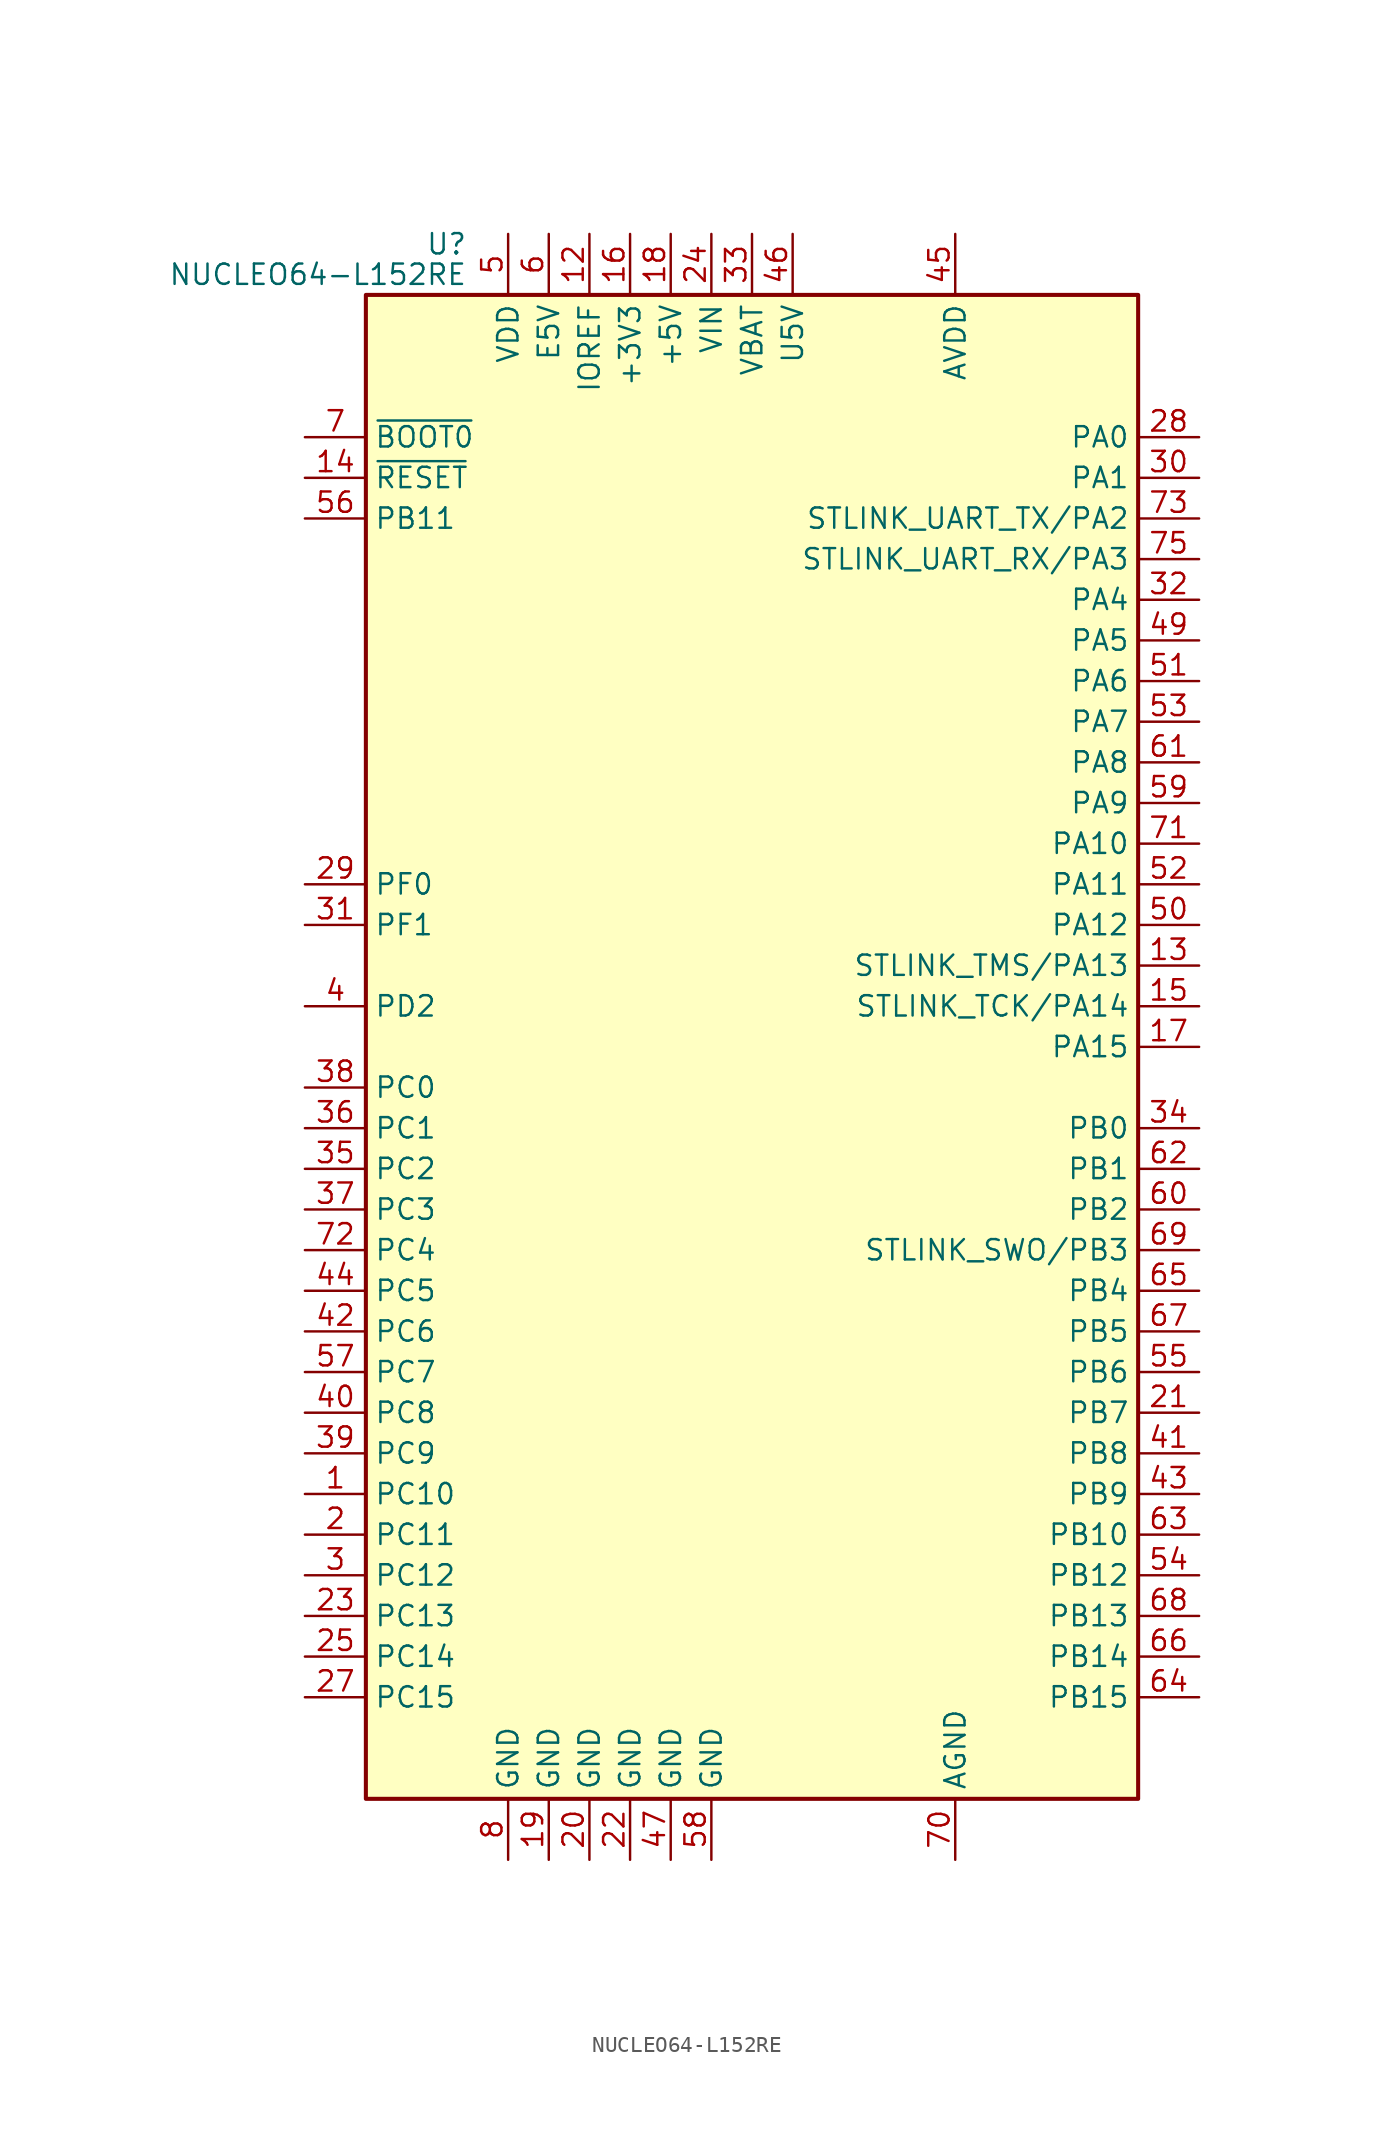
<source format=kicad_sym>
(kicad_symbol_lib
  (version 20231120)
  (generator "kicad_symbol_editor")
  (generator_version "8.0")
  (symbol "NUCLEO64-L152RE"
    (property "Reference" "U"
      (at -17.78 50.165 0)
      (effects (font (size 1.27 1.27)) (justify right)))
    (property "Value" "NUCLEO64-L152RE"
      (at -17.78 48.26 0)
      (effects (font (size 1.27 1.27)) (justify right)))
    (symbol "NUCLEO64-L152RE_0_1"
      (rectangle (start -24.13 46.99) (end 24.13 -46.99) (stroke (width 0.254) (type default)) (fill (type background))))
    (symbol "NUCLEO64-L152RE_1_1"
      (pin bidirectional line (at -27.94 -27.94 0) (length 3.81) (name "PC10" (effects (font (size 1.27 1.27)))) (number "1" (effects (font (size 1.27 1.27)))))
      (pin no_connect line (at -24.13 20.32 0) (length 3.81) hide (name "NC" (effects (font (size 1.27 1.27)))) (number "10" (effects (font (size 1.27 1.27)))))
      (pin no_connect line (at -24.13 15.24 0) (length 3.81) hide (name "PF7" (effects (font (size 1.27 1.27)))) (number "11" (effects (font (size 1.27 1.27)))))
      (pin power_in line (at -10.16 50.8 270) (length 3.81) (name "IOREF" (effects (font (size 1.27 1.27)))) (number "12" (effects (font (size 1.27 1.27)))))
      (pin bidirectional line (at 27.94 5.08 180) (length 3.81) (name "STLINK_TMS/PA13" (effects (font (size 1.27 1.27)))) (number "13" (effects (font (size 1.27 1.27)))))
      (pin input line (at -27.94 35.56 0) (length 3.81) (name "~{RESET}" (effects (font (size 1.27 1.27)))) (number "14" (effects (font (size 1.27 1.27)))))
      (pin bidirectional line (at 27.94 2.54 180) (length 3.81) (name "STLINK_TCK/PA14" (effects (font (size 1.27 1.27)))) (number "15" (effects (font (size 1.27 1.27)))))
      (pin power_in line (at -7.62 50.8 270) (length 3.81) (name "+3V3" (effects (font (size 1.27 1.27)))) (number "16" (effects (font (size 1.27 1.27)))))
      (pin bidirectional line (at 27.94 0 180) (length 3.81) (name "PA15" (effects (font (size 1.27 1.27)))) (number "17" (effects (font (size 1.27 1.27)))))
      (pin power_in line (at -5.08 50.8 270) (length 3.81) (name "+5V" (effects (font (size 1.27 1.27)))) (number "18" (effects (font (size 1.27 1.27)))))
      (pin power_in line (at -12.7 -50.8 90) (length 3.81) (name "GND" (effects (font (size 1.27 1.27)))) (number "19" (effects (font (size 1.27 1.27)))))
      (pin bidirectional line (at -27.94 -30.48 0) (length 3.81) (name "PC11" (effects (font (size 1.27 1.27)))) (number "2" (effects (font (size 1.27 1.27)))))
      (pin power_in line (at -10.16 -50.8 90) (length 3.81) (name "GND" (effects (font (size 1.27 1.27)))) (number "20" (effects (font (size 1.27 1.27)))))
      (pin bidirectional line (at 27.94 -22.86 180) (length 3.81) (name "PB7" (effects (font (size 1.27 1.27)))) (number "21" (effects (font (size 1.27 1.27)))))
      (pin power_in line (at -7.62 -50.8 90) (length 3.81) (name "GND" (effects (font (size 1.27 1.27)))) (number "22" (effects (font (size 1.27 1.27)))))
      (pin bidirectional line (at -27.94 -35.56 0) (length 3.81) (name "PC13" (effects (font (size 1.27 1.27)))) (number "23" (effects (font (size 1.27 1.27)))))
      (pin power_in line (at -2.54 50.8 270) (length 3.81) (name "VIN" (effects (font (size 1.27 1.27)))) (number "24" (effects (font (size 1.27 1.27)))))
      (pin bidirectional line (at -27.94 -38.1 0) (length 3.81) (name "PC14" (effects (font (size 1.27 1.27)))) (number "25" (effects (font (size 1.27 1.27)))))
      (pin no_connect line (at -24.13 22.86 0) (length 3.81) hide (name "NC" (effects (font (size 1.27 1.27)))) (number "26" (effects (font (size 1.27 1.27)))))
      (pin bidirectional line (at -27.94 -40.64 0) (length 3.81) (name "PC15" (effects (font (size 1.27 1.27)))) (number "27" (effects (font (size 1.27 1.27)))))
      (pin bidirectional line (at 27.94 38.1 180) (length 3.81) (name "PA0" (effects (font (size 1.27 1.27)))) (number "28" (effects (font (size 1.27 1.27)))))
      (pin bidirectional line (at -27.94 10.16 0) (length 3.81) (name "PF0" (effects (font (size 1.27 1.27)))) (number "29" (effects (font (size 1.27 1.27)))))
      (pin bidirectional line (at -27.94 -33.02 0) (length 3.81) (name "PC12" (effects (font (size 1.27 1.27)))) (number "3" (effects (font (size 1.27 1.27)))))
      (pin bidirectional line (at 27.94 35.56 180) (length 3.81) (name "PA1" (effects (font (size 1.27 1.27)))) (number "30" (effects (font (size 1.27 1.27)))))
      (pin bidirectional line (at -27.94 7.62 0) (length 3.81) (name "PF1" (effects (font (size 1.27 1.27)))) (number "31" (effects (font (size 1.27 1.27)))))
      (pin bidirectional line (at 27.94 27.94 180) (length 3.81) (name "PA4" (effects (font (size 1.27 1.27)))) (number "32" (effects (font (size 1.27 1.27)))))
      (pin power_in line (at 0 50.8 270) (length 3.81) (name "VBAT" (effects (font (size 1.27 1.27)))) (number "33" (effects (font (size 1.27 1.27)))))
      (pin bidirectional line (at 27.94 -5.08 180) (length 3.81) (name "PB0" (effects (font (size 1.27 1.27)))) (number "34" (effects (font (size 1.27 1.27)))))
      (pin bidirectional line (at -27.94 -7.62 0) (length 3.81) (name "PC2" (effects (font (size 1.27 1.27)))) (number "35" (effects (font (size 1.27 1.27)))))
      (pin bidirectional line (at -27.94 -5.08 0) (length 3.81) (name "PC1" (effects (font (size 1.27 1.27)))) (number "36" (effects (font (size 1.27 1.27)))))
      (pin bidirectional line (at -27.94 -10.16 0) (length 3.81) (name "PC3" (effects (font (size 1.27 1.27)))) (number "37" (effects (font (size 1.27 1.27)))))
      (pin bidirectional line (at -27.94 -2.54 0) (length 3.81) (name "PC0" (effects (font (size 1.27 1.27)))) (number "38" (effects (font (size 1.27 1.27)))))
      (pin bidirectional line (at -27.94 -25.4 0) (length 3.81) (name "PC9" (effects (font (size 1.27 1.27)))) (number "39" (effects (font (size 1.27 1.27)))))
      (pin bidirectional line (at -27.94 2.54 0) (length 3.81) (name "PD2" (effects (font (size 1.27 1.27)))) (number "4" (effects (font (size 1.27 1.27)))))
      (pin bidirectional line (at -27.94 -22.86 0) (length 3.81) (name "PC8" (effects (font (size 1.27 1.27)))) (number "40" (effects (font (size 1.27 1.27)))))
      (pin bidirectional line (at 27.94 -25.4 180) (length 3.81) (name "PB8" (effects (font (size 1.27 1.27)))) (number "41" (effects (font (size 1.27 1.27)))))
      (pin bidirectional line (at -27.94 -17.78 0) (length 3.81) (name "PC6" (effects (font (size 1.27 1.27)))) (number "42" (effects (font (size 1.27 1.27)))))
      (pin bidirectional line (at 27.94 -27.94 180) (length 3.81) (name "PB9" (effects (font (size 1.27 1.27)))) (number "43" (effects (font (size 1.27 1.27)))))
      (pin bidirectional line (at -27.94 -15.24 0) (length 3.81) (name "PC5" (effects (font (size 1.27 1.27)))) (number "44" (effects (font (size 1.27 1.27)))))
      (pin power_in line (at 12.7 50.8 270) (length 3.81) (name "AVDD" (effects (font (size 1.27 1.27)))) (number "45" (effects (font (size 1.27 1.27)))))
      (pin power_in line (at 2.54 50.8 270) (length 3.81) (name "U5V" (effects (font (size 1.27 1.27)))) (number "46" (effects (font (size 1.27 1.27)))))
      (pin power_in line (at -5.08 -50.8 90) (length 3.81) (name "GND" (effects (font (size 1.27 1.27)))) (number "47" (effects (font (size 1.27 1.27)))))
      (pin no_connect line (at -24.13 25.4 0) (length 3.81) hide (name "PD8" (effects (font (size 1.27 1.27)))) (number "48" (effects (font (size 1.27 1.27)))))
      (pin bidirectional line (at 27.94 25.4 180) (length 3.81) (name "PA5" (effects (font (size 1.27 1.27)))) (number "49" (effects (font (size 1.27 1.27)))))
      (pin power_in line (at -15.24 50.8 270) (length 3.81) (name "VDD" (effects (font (size 1.27 1.27)))) (number "5" (effects (font (size 1.27 1.27)))))
      (pin bidirectional line (at 27.94 7.62 180) (length 3.81) (name "PA12" (effects (font (size 1.27 1.27)))) (number "50" (effects (font (size 1.27 1.27)))))
      (pin bidirectional line (at 27.94 22.86 180) (length 3.81) (name "PA6" (effects (font (size 1.27 1.27)))) (number "51" (effects (font (size 1.27 1.27)))))
      (pin bidirectional line (at 27.94 10.16 180) (length 3.81) (name "PA11" (effects (font (size 1.27 1.27)))) (number "52" (effects (font (size 1.27 1.27)))))
      (pin bidirectional line (at 27.94 20.32 180) (length 3.81) (name "PA7" (effects (font (size 1.27 1.27)))) (number "53" (effects (font (size 1.27 1.27)))))
      (pin bidirectional line (at 27.94 -33.02 180) (length 3.81) (name "PB12" (effects (font (size 1.27 1.27)))) (number "54" (effects (font (size 1.27 1.27)))))
      (pin bidirectional line (at 27.94 -20.32 180) (length 3.81) (name "PB6" (effects (font (size 1.27 1.27)))) (number "55" (effects (font (size 1.27 1.27)))))
      (pin bidirectional line (at -27.94 33.02 0) (length 3.81) (name "PB11" (effects (font (size 1.27 1.27)))) (number "56" (effects (font (size 1.27 1.27)))))
      (pin bidirectional line (at -27.94 -20.32 0) (length 3.81) (name "PC7" (effects (font (size 1.27 1.27)))) (number "57" (effects (font (size 1.27 1.27)))))
      (pin power_in line (at -2.54 -50.8 90) (length 3.81) (name "GND" (effects (font (size 1.27 1.27)))) (number "58" (effects (font (size 1.27 1.27)))))
      (pin bidirectional line (at 27.94 15.24 180) (length 3.81) (name "PA9" (effects (font (size 1.27 1.27)))) (number "59" (effects (font (size 1.27 1.27)))))
      (pin power_in line (at -12.7 50.8 270) (length 3.81) (name "E5V" (effects (font (size 1.27 1.27)))) (number "6" (effects (font (size 1.27 1.27)))))
      (pin bidirectional line (at 27.94 -10.16 180) (length 3.81) (name "PB2" (effects (font (size 1.27 1.27)))) (number "60" (effects (font (size 1.27 1.27)))))
      (pin bidirectional line (at 27.94 17.78 180) (length 3.81) (name "PA8" (effects (font (size 1.27 1.27)))) (number "61" (effects (font (size 1.27 1.27)))))
      (pin bidirectional line (at 27.94 -7.62 180) (length 3.81) (name "PB1" (effects (font (size 1.27 1.27)))) (number "62" (effects (font (size 1.27 1.27)))))
      (pin bidirectional line (at 27.94 -30.48 180) (length 3.81) (name "PB10" (effects (font (size 1.27 1.27)))) (number "63" (effects (font (size 1.27 1.27)))))
      (pin bidirectional line (at 27.94 -40.64 180) (length 3.81) (name "PB15" (effects (font (size 1.27 1.27)))) (number "64" (effects (font (size 1.27 1.27)))))
      (pin bidirectional line (at 27.94 -15.24 180) (length 3.81) (name "PB4" (effects (font (size 1.27 1.27)))) (number "65" (effects (font (size 1.27 1.27)))))
      (pin bidirectional line (at 27.94 -38.1 180) (length 3.81) (name "PB14" (effects (font (size 1.27 1.27)))) (number "66" (effects (font (size 1.27 1.27)))))
      (pin bidirectional line (at 27.94 -17.78 180) (length 3.81) (name "PB5" (effects (font (size 1.27 1.27)))) (number "67" (effects (font (size 1.27 1.27)))))
      (pin bidirectional line (at 27.94 -35.56 180) (length 3.81) (name "PB13" (effects (font (size 1.27 1.27)))) (number "68" (effects (font (size 1.27 1.27)))))
      (pin bidirectional line (at 27.94 -12.7 180) (length 3.81) (name "STLINK_SWO/PB3" (effects (font (size 1.27 1.27)))) (number "69" (effects (font (size 1.27 1.27)))))
      (pin input line (at -27.94 38.1 0) (length 3.81) (name "~{BOOT0}" (effects (font (size 1.27 1.27)))) (number "7" (effects (font (size 1.27 1.27)))))
      (pin power_in line (at 12.7 -50.8 90) (length 3.81) (name "AGND" (effects (font (size 1.27 1.27)))) (number "70" (effects (font (size 1.27 1.27)))))
      (pin bidirectional line (at 27.94 12.7 180) (length 3.81) (name "PA10" (effects (font (size 1.27 1.27)))) (number "71" (effects (font (size 1.27 1.27)))))
      (pin bidirectional line (at -27.94 -12.7 0) (length 3.81) (name "PC4" (effects (font (size 1.27 1.27)))) (number "72" (effects (font (size 1.27 1.27)))))
      (pin bidirectional line (at 27.94 33.02 180) (length 3.81) (name "STLINK_UART_TX/PA2" (effects (font (size 1.27 1.27)))) (number "73" (effects (font (size 1.27 1.27)))))
      (pin no_connect line (at -24.13 30.48 0) (length 3.81) hide (name "PF5" (effects (font (size 1.27 1.27)))) (number "74" (effects (font (size 1.27 1.27)))))
      (pin bidirectional line (at 27.94 30.48 180) (length 3.81) (name "STLINK_UART_RX/PA3" (effects (font (size 1.27 1.27)))) (number "75" (effects (font (size 1.27 1.27)))))
      (pin no_connect line (at -24.13 27.94 0) (length 3.81) hide (name "PF4" (effects (font (size 1.27 1.27)))) (number "76" (effects (font (size 1.27 1.27)))))
      (pin power_in line (at -15.24 -50.8 90) (length 3.81) (name "GND" (effects (font (size 1.27 1.27)))) (number "8" (effects (font (size 1.27 1.27)))))
      (pin no_connect line (at -24.13 17.78 0) (length 3.81) hide (name "PF6" (effects (font (size 1.27 1.27)))) (number "9" (effects (font (size 1.27 1.27))))))))
</source>
